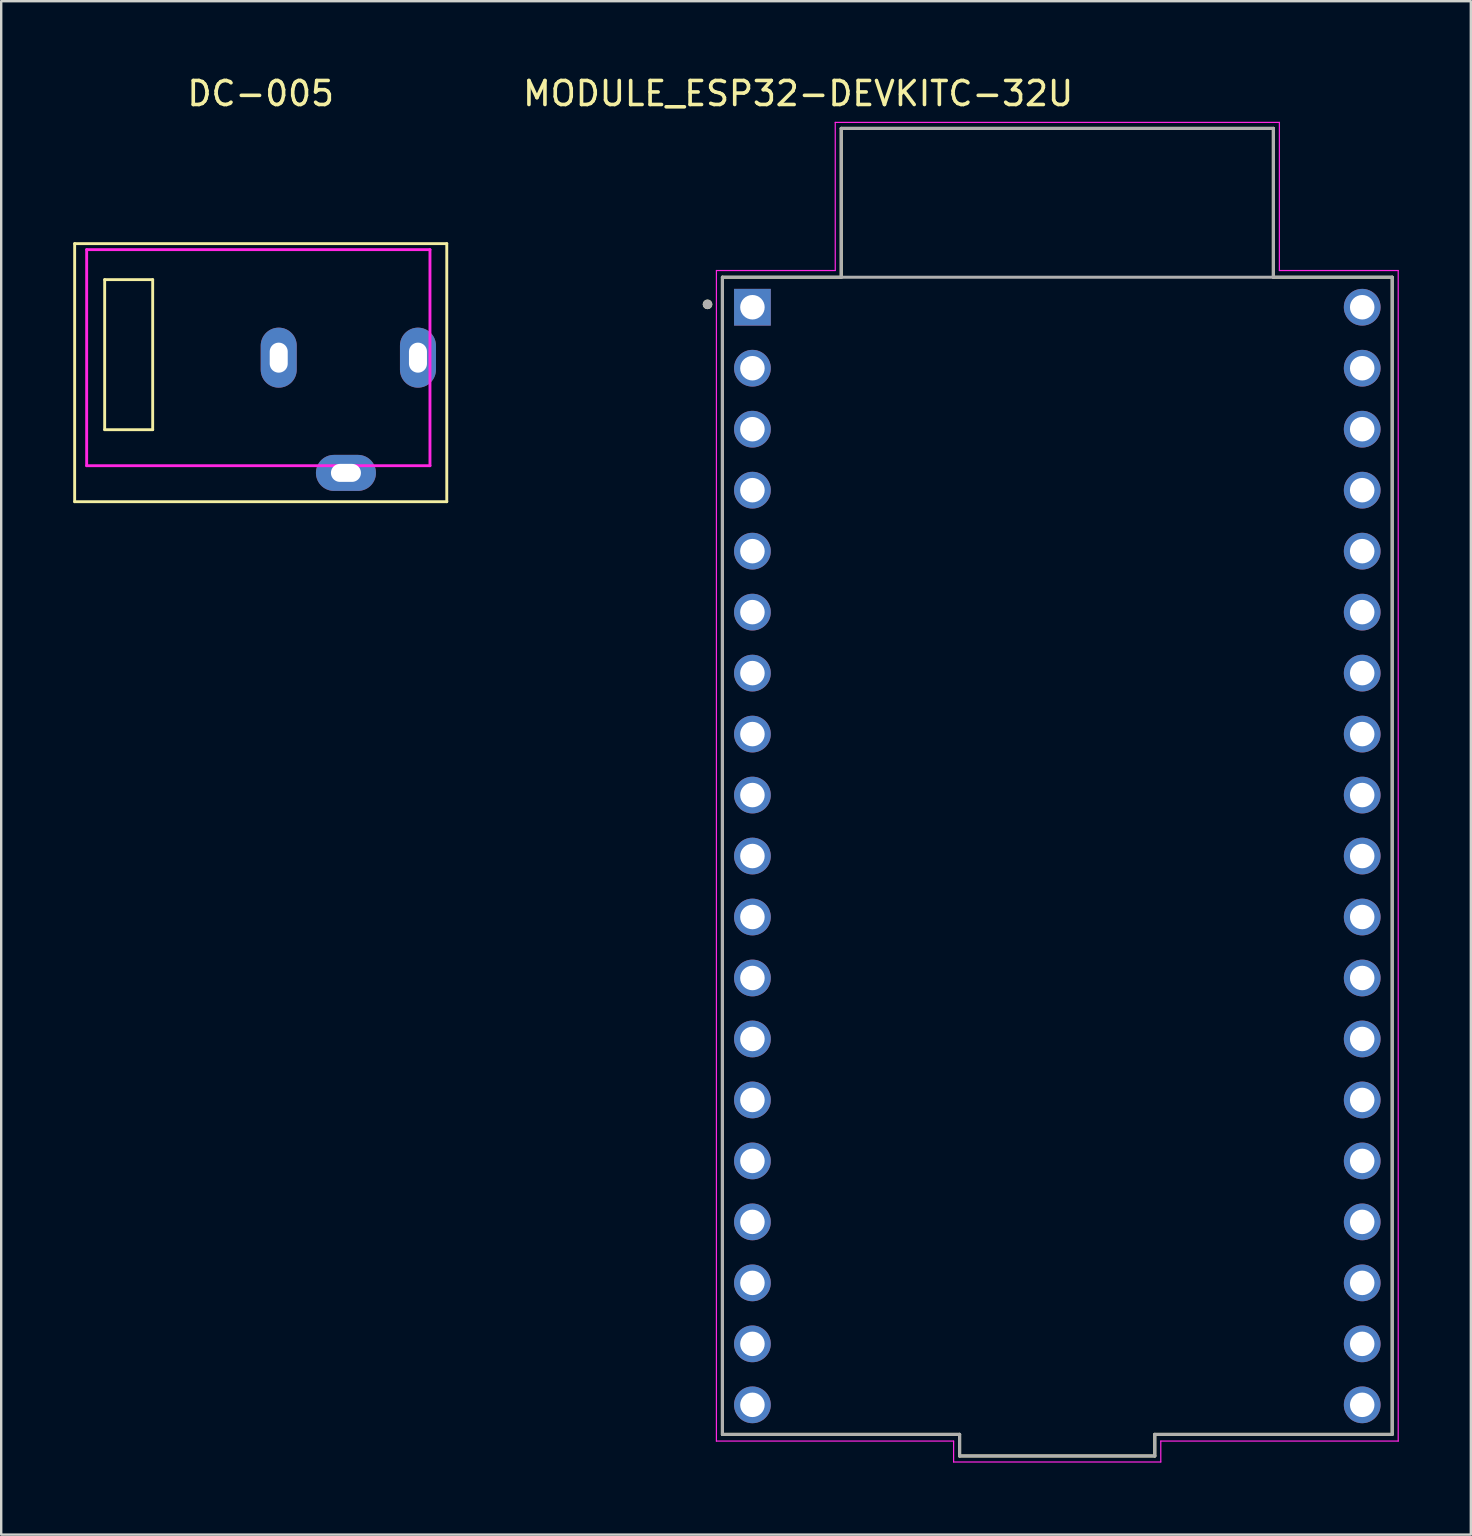
<source format=kicad_pcb>
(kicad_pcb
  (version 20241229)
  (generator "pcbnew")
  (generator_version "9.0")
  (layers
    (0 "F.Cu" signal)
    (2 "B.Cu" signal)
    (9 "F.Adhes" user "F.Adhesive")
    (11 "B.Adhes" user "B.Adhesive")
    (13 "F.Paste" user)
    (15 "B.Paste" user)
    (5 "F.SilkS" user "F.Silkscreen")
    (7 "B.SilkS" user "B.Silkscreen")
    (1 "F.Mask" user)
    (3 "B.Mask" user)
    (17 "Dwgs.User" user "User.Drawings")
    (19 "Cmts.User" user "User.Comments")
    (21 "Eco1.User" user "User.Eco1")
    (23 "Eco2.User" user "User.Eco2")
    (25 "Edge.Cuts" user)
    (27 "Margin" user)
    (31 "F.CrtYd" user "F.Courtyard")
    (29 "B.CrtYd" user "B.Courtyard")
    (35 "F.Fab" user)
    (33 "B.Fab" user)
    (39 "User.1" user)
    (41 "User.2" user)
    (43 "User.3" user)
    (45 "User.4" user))
  (footprint "MODULE_ESP32-DEVKITC-32U"
    (layer "F.Cu")
    (at 40.992 32.598)
    (property "Reference" "MODULE_ESP32-DEVKITC-32U" (at -10.795 -31.75 0) (layer "F.SilkS") (effects (font (size 1 1) (thickness 0.15))))
    (attr through_hole)
    (fp_line (start -13.95 -24.1) (end -13.95 24.1) (stroke (width 0.127) (type solid)) (layer "F.SilkS"))
    (fp_line (start -13.95 24.1) (end -4.07 24.1) (stroke (width 0.127) (type solid)) (layer "F.SilkS"))
    (fp_line (start -9 -30.3) (end 9 -30.3) (stroke (width 0.127) (type solid)) (layer "F.SilkS"))
    (fp_line (start -9 -24.1) (end -13.95 -24.1) (stroke (width 0.127) (type solid)) (layer "F.SilkS"))
    (fp_line (start -9 -24.1) (end -9 -30.3) (stroke (width 0.127) (type solid)) (layer "F.SilkS"))
    (fp_line (start -4.07 24.1) (end -4.07 25) (stroke (width 0.127) (type solid)) (layer "F.SilkS"))
    (fp_line (start -4.07 25) (end 4.06 25) (stroke (width 0.127) (type solid)) (layer "F.SilkS"))
    (fp_line (start 4.06 24.1) (end 13.95 24.1) (stroke (width 0.127) (type solid)) (layer "F.SilkS"))
    (fp_line (start 4.06 25) (end 4.06 24.1) (stroke (width 0.127) (type solid)) (layer "F.SilkS"))
    (fp_line (start 9 -30.3) (end 9 -24.1) (stroke (width 0.127) (type solid)) (layer "F.SilkS"))
    (fp_line (start 13.95 -24.1) (end 9 -24.1) (stroke (width 0.127) (type solid)) (layer "F.SilkS"))
    (fp_line (start 13.95 24.1) (end 13.95 -24.1) (stroke (width 0.127) (type solid)) (layer "F.SilkS"))
    (fp_circle (center -14.57 -22.97) (end -14.47 -22.97) (stroke (width 0.2) (type solid)) (fill no) (layer "F.SilkS"))
    (fp_line (start -14.2 -24.38) (end -14.2 24.38) (stroke (width 0.05) (type solid)) (layer "F.CrtYd"))
    (fp_line (start -14.2 24.38) (end -4.32 24.38) (stroke (width 0.05) (type solid)) (layer "F.CrtYd"))
    (fp_line (start -9.25 -30.55) (end 9.25 -30.55) (stroke (width 0.05) (type solid)) (layer "F.CrtYd"))
    (fp_line (start -9.25 -24.38) (end -14.2 -24.38) (stroke (width 0.05) (type solid)) (layer "F.CrtYd"))
    (fp_line (start -9.25 -24.38) (end -9.25 -30.55) (stroke (width 0.05) (type solid)) (layer "F.CrtYd"))
    (fp_line (start -4.32 24.38) (end -4.32 25.25) (stroke (width 0.05) (type solid)) (layer "F.CrtYd"))
    (fp_line (start -4.32 25.25) (end 4.31 25.25) (stroke (width 0.05) (type solid)) (layer "F.CrtYd"))
    (fp_line (start 4.31 24.38) (end 14.2 24.38) (stroke (width 0.05) (type solid)) (layer "F.CrtYd"))
    (fp_line (start 4.31 25.25) (end 4.31 24.38) (stroke (width 0.05) (type solid)) (layer "F.CrtYd"))
    (fp_line (start 9.25 -30.55) (end 9.25 -24.38) (stroke (width 0.05) (type solid)) (layer "F.CrtYd"))
    (fp_line (start 14.2 -24.38) (end 9.25 -24.38) (stroke (width 0.05) (type solid)) (layer "F.CrtYd"))
    (fp_line (start 14.2 24.38) (end 14.2 -24.38) (stroke (width 0.05) (type solid)) (layer "F.CrtYd"))
    (fp_line (start -13.95 -24.1) (end -13.95 24.1) (stroke (width 0.127) (type solid)) (layer "F.Fab"))
    (fp_line (start -13.95 24.1) (end -4.07 24.1) (stroke (width 0.127) (type solid)) (layer "F.Fab"))
    (fp_line (start -9 -30.3) (end 9 -30.3) (stroke (width 0.127) (type solid)) (layer "F.Fab"))
    (fp_line (start -9 -24.1) (end -13.95 -24.1) (stroke (width 0.127) (type solid)) (layer "F.Fab"))
    (fp_line (start -9 -24.1) (end -9 -30.3) (stroke (width 0.127) (type solid)) (layer "F.Fab"))
    (fp_line (start -4.07 24.1) (end -4.07 25) (stroke (width 0.127) (type solid)) (layer "F.Fab"))
    (fp_line (start -4.07 25) (end 4.06 25) (stroke (width 0.127) (type solid)) (layer "F.Fab"))
    (fp_line (start 4.06 24.1) (end 13.95 24.1) (stroke (width 0.127) (type solid)) (layer "F.Fab"))
    (fp_line (start 4.06 25) (end 4.06 24.1) (stroke (width 0.127) (type solid)) (layer "F.Fab"))
    (fp_line (start 9 -30.3) (end 9 -24.1) (stroke (width 0.127) (type solid)) (layer "F.Fab"))
    (fp_line (start 9 -24.1) (end -9 -24.1) (stroke (width 0.127) (type solid)) (layer "F.Fab"))
    (fp_line (start 13.95 -24.1) (end 9 -24.1) (stroke (width 0.127) (type solid)) (layer "F.Fab"))
    (fp_line (start 13.95 24.1) (end 13.95 -24.1) (stroke (width 0.127) (type solid)) (layer "F.Fab"))
    (fp_circle (center -14.57 -22.97) (end -14.47 -22.97) (stroke (width 0.2) (type solid)) (fill no) (layer "F.Fab"))
    (pad "1" thru_hole rect (at -12.7 -22.85) (size 1.53 1.53) (drill 1.02) (layers "*.Cu" "*.Mask"))
    (pad "2" thru_hole circle (at -12.7 -20.31) (size 1.53 1.53) (drill 1.02) (layers "*.Cu" "*.Mask"))
    (pad "3" thru_hole circle (at -12.7 -17.77) (size 1.53 1.53) (drill 1.02) (layers "*.Cu" "*.Mask"))
    (pad "4" thru_hole circle (at -12.7 -15.23) (size 1.53 1.53) (drill 1.02) (layers "*.Cu" "*.Mask"))
    (pad "5" thru_hole circle (at -12.7 -12.69) (size 1.53 1.53) (drill 1.02) (layers "*.Cu" "*.Mask"))
    (pad "6" thru_hole circle (at -12.7 -10.15) (size 1.53 1.53) (drill 1.02) (layers "*.Cu" "*.Mask"))
    (pad "7" thru_hole circle (at -12.7 -7.61) (size 1.53 1.53) (drill 1.02) (layers "*.Cu" "*.Mask"))
    (pad "8" thru_hole circle (at -12.7 -5.07) (size 1.53 1.53) (drill 1.02) (layers "*.Cu" "*.Mask"))
    (pad "9" thru_hole circle (at -12.7 -2.53) (size 1.53 1.53) (drill 1.02) (layers "*.Cu" "*.Mask"))
    (pad "10" thru_hole circle (at -12.7 0.01) (size 1.53 1.53) (drill 1.02) (layers "*.Cu" "*.Mask"))
    (pad "11" thru_hole circle (at -12.7 2.55) (size 1.53 1.53) (drill 1.02) (layers "*.Cu" "*.Mask"))
    (pad "12" thru_hole circle (at -12.7 5.09) (size 1.53 1.53) (drill 1.02) (layers "*.Cu" "*.Mask"))
    (pad "13" thru_hole circle (at -12.7 7.63) (size 1.53 1.53) (drill 1.02) (layers "*.Cu" "*.Mask"))
    (pad "14" thru_hole circle (at -12.7 10.17) (size 1.53 1.53) (drill 1.02) (layers "*.Cu" "*.Mask"))
    (pad "15" thru_hole circle (at -12.7 12.71) (size 1.53 1.53) (drill 1.02) (layers "*.Cu" "*.Mask"))
    (pad "16" thru_hole circle (at -12.7 15.25) (size 1.53 1.53) (drill 1.02) (layers "*.Cu" "*.Mask"))
    (pad "17" thru_hole circle (at -12.7 17.79) (size 1.53 1.53) (drill 1.02) (layers "*.Cu" "*.Mask"))
    (pad "18" thru_hole circle (at -12.7 20.33) (size 1.53 1.53) (drill 1.02) (layers "*.Cu" "*.Mask"))
    (pad "19" thru_hole circle (at -12.7 22.87) (size 1.53 1.53) (drill 1.02) (layers "*.Cu" "*.Mask"))
    (pad "20" thru_hole circle (at 12.7 22.87) (size 1.53 1.53) (drill 1.02) (layers "*.Cu" "*.Mask"))
    (pad "21" thru_hole circle (at 12.7 20.33) (size 1.53 1.53) (drill 1.02) (layers "*.Cu" "*.Mask"))
    (pad "22" thru_hole circle (at 12.7 17.79) (size 1.53 1.53) (drill 1.02) (layers "*.Cu" "*.Mask"))
    (pad "23" thru_hole circle (at 12.7 15.25) (size 1.53 1.53) (drill 1.02) (layers "*.Cu" "*.Mask"))
    (pad "24" thru_hole circle (at 12.7 12.71) (size 1.53 1.53) (drill 1.02) (layers "*.Cu" "*.Mask"))
    (pad "25" thru_hole circle (at 12.7 10.17) (size 1.53 1.53) (drill 1.02) (layers "*.Cu" "*.Mask"))
    (pad "26" thru_hole circle (at 12.7 7.63) (size 1.53 1.53) (drill 1.02) (layers "*.Cu" "*.Mask"))
    (pad "27" thru_hole circle (at 12.7 5.09) (size 1.53 1.53) (drill 1.02) (layers "*.Cu" "*.Mask"))
    (pad "28" thru_hole circle (at 12.7 2.55) (size 1.53 1.53) (drill 1.02) (layers "*.Cu" "*.Mask"))
    (pad "29" thru_hole circle (at 12.7 0.01) (size 1.53 1.53) (drill 1.02) (layers "*.Cu" "*.Mask"))
    (pad "30" thru_hole circle (at 12.7 -2.53) (size 1.53 1.53) (drill 1.02) (layers "*.Cu" "*.Mask"))
    (pad "31" thru_hole circle (at 12.7 -5.07) (size 1.53 1.53) (drill 1.02) (layers "*.Cu" "*.Mask"))
    (pad "32" thru_hole circle (at 12.7 -7.61) (size 1.53 1.53) (drill 1.02) (layers "*.Cu" "*.Mask"))
    (pad "33" thru_hole circle (at 12.7 -10.15) (size 1.53 1.53) (drill 1.02) (layers "*.Cu" "*.Mask"))
    (pad "34" thru_hole circle (at 12.7 -12.69) (size 1.53 1.53) (drill 1.02) (layers "*.Cu" "*.Mask"))
    (pad "35" thru_hole circle (at 12.7 -15.23) (size 1.53 1.53) (drill 1.02) (layers "*.Cu" "*.Mask"))
    (pad "36" thru_hole circle (at 12.7 -17.77) (size 1.53 1.53) (drill 1.02) (layers "*.Cu" "*.Mask"))
    (pad "37" thru_hole circle (at 12.7 -20.31) (size 1.53 1.53) (drill 1.02) (layers "*.Cu" "*.Mask"))
    (pad "38" thru_hole circle (at 12.7 -22.85) (size 1.53 1.53) (drill 1.02) (layers "*.Cu" "*.Mask")))
  (footprint "DC-005"
    (layer "F.Cu")
    (at 0.56 11.848)
    (property "Reference" "DC-005" (at 7.25 -11 180) (layer "F.SilkS") (effects (font (size 1 1) (thickness 0.15))))
    (attr through_hole)
    (fp_line (start -0.5 -4.75) (end 15 -4.75) (stroke (width 0.12) (type solid)) (layer "F.SilkS"))
    (fp_line (start -0.5 6) (end -0.5 -4.75) (stroke (width 0.12) (type solid)) (layer "F.SilkS"))
    (fp_line (start 0.75 -3.25) (end 2.75 -3.25) (stroke (width 0.12) (type solid)) (layer "F.SilkS"))
    (fp_line (start 0.75 3) (end 0.75 -3.25) (stroke (width 0.12) (type solid)) (layer "F.SilkS"))
    (fp_line (start 2.75 -3.25) (end 2.75 3) (stroke (width 0.12) (type solid)) (layer "F.SilkS"))
    (fp_line (start 2.75 3) (end 0.75 3) (stroke (width 0.12) (type solid)) (layer "F.SilkS"))
    (fp_line (start 15 -4.75) (end 15 6) (stroke (width 0.12) (type solid)) (layer "F.SilkS"))
    (fp_line (start 15 6) (end -0.5 6) (stroke (width 0.12) (type solid)) (layer "F.SilkS"))
    (fp_line (start 0 -4.5) (end 0 4.5) (stroke (width 0.12) (type solid)) (layer "F.CrtYd"))
    (fp_line (start 0 4.5) (end 14.3 4.5) (stroke (width 0.12) (type solid)) (layer "F.CrtYd"))
    (fp_line (start 14.3 -4.5) (end 0 -4.5) (stroke (width 0.12) (type solid)) (layer "F.CrtYd"))
    (fp_line (start 14.3 -4.5) (end 14.3 4.5) (stroke (width 0.12) (type solid)) (layer "F.CrtYd"))
    (pad "1" thru_hole oval (at 13.8 0 180) (size 1.5 2.5) (drill oval 0.75 1.25) (layers "*.Cu" "*.Mask"))
    (pad "2" thru_hole oval (at 8 0 180) (size 1.5 2.5) (drill oval 0.75 1.25) (layers "*.Cu" "*.Mask"))
    (pad "3" thru_hole oval (at 10.8 4.8 90) (size 1.5 2.5) (drill oval 0.75 1.25) (layers "*.Cu" "*.Mask")))
  (gr_rect
    (start -3 -3)
    (end 58.217 60.873)
    (stroke (width 0.1) (type default))
    (fill no)
    (layer "Edge.Cuts")))
</source>
